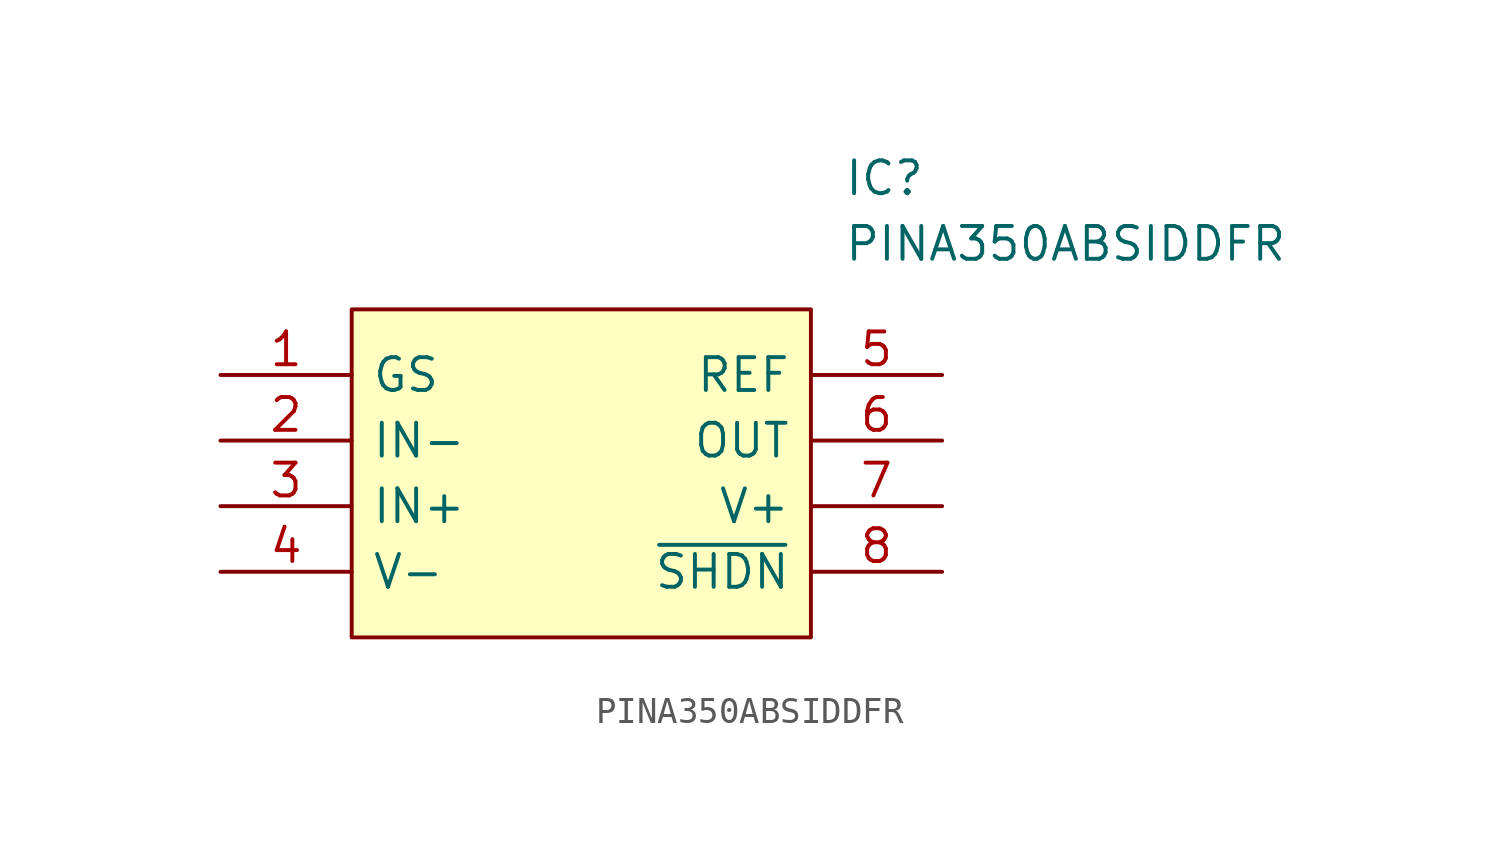
<source format=kicad_sym>
(kicad_symbol_lib
  (version 20220914)
  (generator kicad_symbol_editor)
  (symbol "PINA350ABSIDDFR"
    (pin_names
      (offset 0.762))
    (property "Reference" "IC"
      (at 24.13 7.62 0)
      (effects (font (size 1.27 1.27)) (justify left)))
    (property "Value" "PINA350ABSIDDFR"
      (at 24.13 5.08 0)
      (effects (font (size 1.27 1.27)) (justify left)))
    (symbol "PINA350ABSIDDFR_0_0"
      (pin passive line (at 0 0 0) (length 5.08) (name "GS" (effects (font (size 1.27 1.27)))) (number "1" (effects (font (size 1.27 1.27)))))
      (pin passive line (at 0 -2.54 0) (length 5.08) (name "IN-" (effects (font (size 1.27 1.27)))) (number "2" (effects (font (size 1.27 1.27)))))
      (pin passive line (at 0 -5.08 0) (length 5.08) (name "IN+" (effects (font (size 1.27 1.27)))) (number "3" (effects (font (size 1.27 1.27)))))
      (pin passive line (at 0 -7.62 0) (length 5.08) (name "V-" (effects (font (size 1.27 1.27)))) (number "4" (effects (font (size 1.27 1.27)))))
      (pin passive line (at 27.94 0 180) (length 5.08) (name "REF" (effects (font (size 1.27 1.27)))) (number "5" (effects (font (size 1.27 1.27)))))
      (pin passive line (at 27.94 -2.54 180) (length 5.08) (name "OUT" (effects (font (size 1.27 1.27)))) (number "6" (effects (font (size 1.27 1.27)))))
      (pin passive line (at 27.94 -5.08 180) (length 5.08) (name "V+" (effects (font (size 1.27 1.27)))) (number "7" (effects (font (size 1.27 1.27)))))
      (pin passive line (at 27.94 -7.62 180) (length 5.08) (name "~{SHDN}" (effects (font (size 1.27 1.27)))) (number "8" (effects (font (size 1.27 1.27))))))
    (symbol "PINA350ABSIDDFR_0_1"
      (polyline (pts (xy 5.08 2.54) (xy 22.86 2.54) (xy 22.86 -10.16) (xy 5.08 -10.16) (xy 5.08 2.54)) (stroke (width 0.152) (type default)) (fill (type background))))))
</source>
